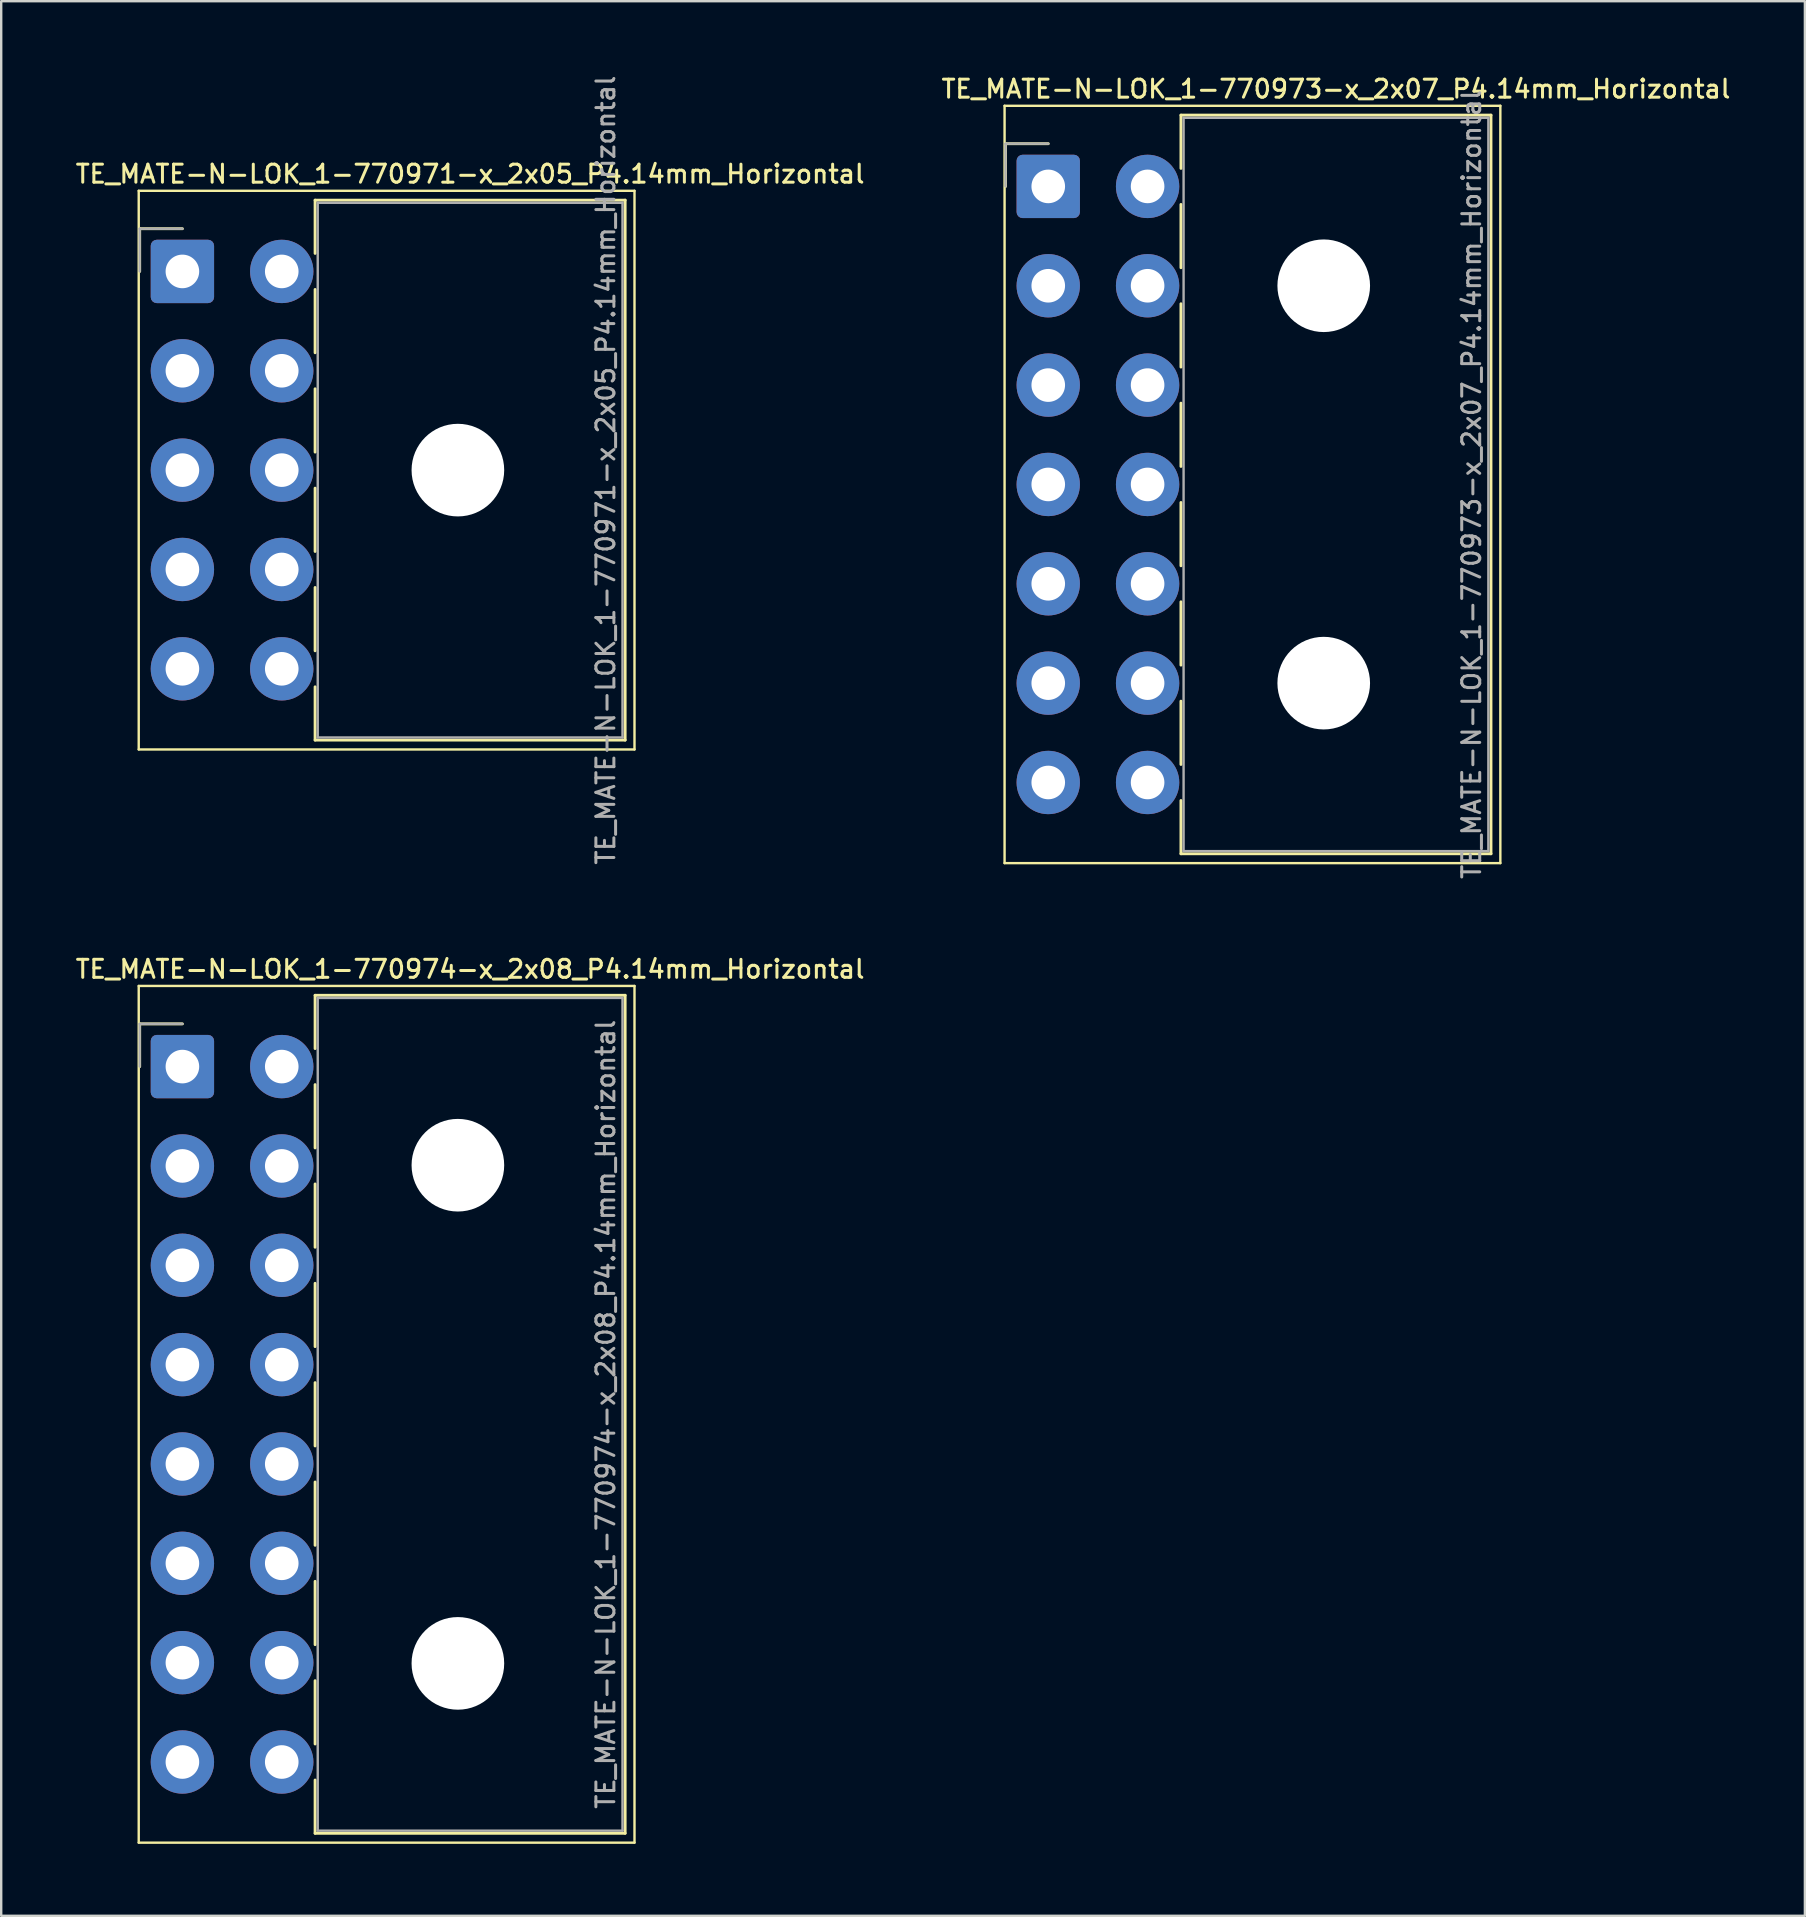
<source format=kicad_pcb>
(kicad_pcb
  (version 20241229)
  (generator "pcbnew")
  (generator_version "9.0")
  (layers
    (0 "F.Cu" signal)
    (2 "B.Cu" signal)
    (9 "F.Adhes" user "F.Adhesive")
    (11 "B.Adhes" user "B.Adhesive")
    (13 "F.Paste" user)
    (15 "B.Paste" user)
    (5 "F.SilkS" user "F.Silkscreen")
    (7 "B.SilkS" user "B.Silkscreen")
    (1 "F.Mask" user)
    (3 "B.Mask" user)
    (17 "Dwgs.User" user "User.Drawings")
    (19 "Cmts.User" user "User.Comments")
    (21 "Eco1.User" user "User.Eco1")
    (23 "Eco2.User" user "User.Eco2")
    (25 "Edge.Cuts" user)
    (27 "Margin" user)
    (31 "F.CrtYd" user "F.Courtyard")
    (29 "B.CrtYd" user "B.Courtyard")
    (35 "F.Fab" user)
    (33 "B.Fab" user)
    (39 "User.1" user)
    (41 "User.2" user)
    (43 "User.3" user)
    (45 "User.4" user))
  (footprint "TE_MATE-N-LOK_1-770971-x_2x05_P4.14mm_Horizontal"
    (layer "F.Cu")
    (at 4.551 8.261)
    (property "Reference" "TE_MATE-N-LOK_1-770971-x_2x05_P4.14mm_Horizontal" (at 11.99 -4.06 0) (layer "F.SilkS") (effects (font (size 0.75 0.75) (thickness 0.125))))
    (attr through_hole)
    (fp_line (start -1.82 -3.36) (end -1.82 19.92) (stroke (width 0.1) (type solid)) (layer "F.SilkS"))
    (fp_line (start -1.82 19.92) (end 18.84 19.92) (stroke (width 0.1) (type solid)) (layer "F.SilkS"))
    (fp_line (start -1.78 -1.78) (end -1.78 0) (stroke (width 0.12) (type solid)) (layer "F.SilkS"))
    (fp_line (start 0 -1.78) (end -1.78 -1.78) (stroke (width 0.12) (type solid)) (layer "F.SilkS"))
    (fp_line (start 5.53 -2.97) (end 18.45 -2.97) (stroke (width 0.12) (type solid)) (layer "F.SilkS"))
    (fp_line (start 5.53 -0.751) (end 5.53 -2.97) (stroke (width 0.12) (type solid)) (layer "F.SilkS"))
    (fp_line (start 5.53 0.751) (end 5.53 3.389) (stroke (width 0.12) (type solid)) (layer "F.SilkS"))
    (fp_line (start 5.53 4.891) (end 5.53 7.529) (stroke (width 0.12) (type solid)) (layer "F.SilkS"))
    (fp_line (start 5.53 9.031) (end 5.53 11.669) (stroke (width 0.12) (type solid)) (layer "F.SilkS"))
    (fp_line (start 5.53 13.171) (end 5.53 15.809) (stroke (width 0.12) (type solid)) (layer "F.SilkS"))
    (fp_line (start 5.53 19.53) (end 5.53 17.311) (stroke (width 0.12) (type solid)) (layer "F.SilkS"))
    (fp_line (start 18.45 -2.97) (end 18.45 19.53) (stroke (width 0.12) (type solid)) (layer "F.SilkS"))
    (fp_line (start 18.45 19.53) (end 5.53 19.53) (stroke (width 0.12) (type solid)) (layer "F.SilkS"))
    (fp_line (start 18.84 -3.36) (end -1.82 -3.36) (stroke (width 0.1) (type solid)) (layer "F.SilkS"))
    (fp_line (start 18.84 19.92) (end 18.84 -3.36) (stroke (width 0.1) (type solid)) (layer "F.SilkS"))
    (fp_line (start -1.78 -1.78) (end -1.78 0) (stroke (width 0.1) (type solid)) (layer "F.Fab"))
    (fp_line (start 0 -1.78) (end -1.78 -1.78) (stroke (width 0.1) (type solid)) (layer "F.Fab"))
    (fp_line (start 5.64 -2.86) (end 5.64 19.42) (stroke (width 0.1) (type solid)) (layer "F.Fab"))
    (fp_line (start 5.64 19.42) (end 18.34 19.42) (stroke (width 0.1) (type solid)) (layer "F.Fab"))
    (fp_line (start 18.34 -2.86) (end 5.64 -2.86) (stroke (width 0.1) (type solid)) (layer "F.Fab"))
    (fp_line (start 18.34 19.42) (end 18.34 -2.86) (stroke (width 0.1) (type solid)) (layer "F.Fab"))
    (fp_text user "${REFERENCE}" (at 17.64 8.28 90) (layer "F.Fab") (effects (font (size 0.75 0.75) (thickness 0.125))))
    (pad "" np_thru_hole circle (at 11.48 8.28) (size 3.86 3.86) (drill 3.86) (layers "*.Cu" "*.Mask"))
    (pad "1" thru_hole roundrect (at 0 0) (size 2.64 2.64) (drill 1.4) (layers "*.Cu" "*.Mask") (roundrect_rratio 0.095))
    (pad "2" thru_hole circle (at 0 4.14) (size 2.64 2.64) (drill 1.4) (layers "*.Cu" "*.Mask"))
    (pad "3" thru_hole circle (at 0 8.28) (size 2.64 2.64) (drill 1.4) (layers "*.Cu" "*.Mask"))
    (pad "4" thru_hole circle (at 0 12.42) (size 2.64 2.64) (drill 1.4) (layers "*.Cu" "*.Mask"))
    (pad "5" thru_hole circle (at 0 16.56) (size 2.64 2.64) (drill 1.4) (layers "*.Cu" "*.Mask"))
    (pad "6" thru_hole circle (at 4.14 0) (size 2.64 2.64) (drill 1.4) (layers "*.Cu" "*.Mask"))
    (pad "7" thru_hole circle (at 4.14 4.14) (size 2.64 2.64) (drill 1.4) (layers "*.Cu" "*.Mask"))
    (pad "8" thru_hole circle (at 4.14 8.28) (size 2.64 2.64) (drill 1.4) (layers "*.Cu" "*.Mask"))
    (pad "9" thru_hole circle (at 4.14 12.42) (size 2.64 2.64) (drill 1.4) (layers "*.Cu" "*.Mask"))
    (pad "10" thru_hole circle (at 4.14 16.56) (size 2.64 2.64) (drill 1.4) (layers "*.Cu" "*.Mask")))
  (footprint "TE_MATE-N-LOK_1-770973-x_2x07_P4.14mm_Horizontal"
    (layer "F.Cu")
    (at 40.633 4.718)
    (property "Reference" "TE_MATE-N-LOK_1-770973-x_2x07_P4.14mm_Horizontal" (at 11.99 -4.06 0) (layer "F.SilkS") (effects (font (size 0.75 0.75) (thickness 0.125))))
    (attr through_hole)
    (fp_line (start -1.82 -3.36) (end -1.82 28.2) (stroke (width 0.1) (type solid)) (layer "F.SilkS"))
    (fp_line (start -1.82 28.2) (end 18.84 28.2) (stroke (width 0.1) (type solid)) (layer "F.SilkS"))
    (fp_line (start -1.78 -1.78) (end -1.78 0) (stroke (width 0.12) (type solid)) (layer "F.SilkS"))
    (fp_line (start 0 -1.78) (end -1.78 -1.78) (stroke (width 0.12) (type solid)) (layer "F.SilkS"))
    (fp_line (start 5.53 -2.97) (end 18.45 -2.97) (stroke (width 0.12) (type solid)) (layer "F.SilkS"))
    (fp_line (start 5.53 -0.751) (end 5.53 -2.97) (stroke (width 0.12) (type solid)) (layer "F.SilkS"))
    (fp_line (start 5.53 0.751) (end 5.53 3.389) (stroke (width 0.12) (type solid)) (layer "F.SilkS"))
    (fp_line (start 5.53 4.891) (end 5.53 7.529) (stroke (width 0.12) (type solid)) (layer "F.SilkS"))
    (fp_line (start 5.53 9.031) (end 5.53 11.669) (stroke (width 0.12) (type solid)) (layer "F.SilkS"))
    (fp_line (start 5.53 13.171) (end 5.53 15.809) (stroke (width 0.12) (type solid)) (layer "F.SilkS"))
    (fp_line (start 5.53 17.311) (end 5.53 19.949) (stroke (width 0.12) (type solid)) (layer "F.SilkS"))
    (fp_line (start 5.53 21.451) (end 5.53 24.089) (stroke (width 0.12) (type solid)) (layer "F.SilkS"))
    (fp_line (start 5.53 27.81) (end 5.53 25.591) (stroke (width 0.12) (type solid)) (layer "F.SilkS"))
    (fp_line (start 18.45 -2.97) (end 18.45 27.81) (stroke (width 0.12) (type solid)) (layer "F.SilkS"))
    (fp_line (start 18.45 27.81) (end 5.53 27.81) (stroke (width 0.12) (type solid)) (layer "F.SilkS"))
    (fp_line (start 18.84 -3.36) (end -1.82 -3.36) (stroke (width 0.1) (type solid)) (layer "F.SilkS"))
    (fp_line (start 18.84 28.2) (end 18.84 -3.36) (stroke (width 0.1) (type solid)) (layer "F.SilkS"))
    (fp_line (start -1.78 -1.78) (end -1.78 0) (stroke (width 0.1) (type solid)) (layer "F.Fab"))
    (fp_line (start 0 -1.78) (end -1.78 -1.78) (stroke (width 0.1) (type solid)) (layer "F.Fab"))
    (fp_line (start 5.64 -2.86) (end 5.64 27.7) (stroke (width 0.1) (type solid)) (layer "F.Fab"))
    (fp_line (start 5.64 27.7) (end 18.34 27.7) (stroke (width 0.1) (type solid)) (layer "F.Fab"))
    (fp_line (start 18.34 -2.86) (end 5.64 -2.86) (stroke (width 0.1) (type solid)) (layer "F.Fab"))
    (fp_line (start 18.34 27.7) (end 18.34 -2.86) (stroke (width 0.1) (type solid)) (layer "F.Fab"))
    (fp_text user "${REFERENCE}" (at 17.64 12.42 90) (layer "F.Fab") (effects (font (size 0.75 0.75) (thickness 0.125))))
    (pad "" np_thru_hole circle (at 11.48 4.14) (size 3.86 3.86) (drill 3.86) (layers "*.Cu" "*.Mask"))
    (pad "" np_thru_hole circle (at 11.48 20.7) (size 3.86 3.86) (drill 3.86) (layers "*.Cu" "*.Mask"))
    (pad "1" thru_hole roundrect (at 0 0) (size 2.64 2.64) (drill 1.4) (layers "*.Cu" "*.Mask") (roundrect_rratio 0.095))
    (pad "2" thru_hole circle (at 0 4.14) (size 2.64 2.64) (drill 1.4) (layers "*.Cu" "*.Mask"))
    (pad "3" thru_hole circle (at 0 8.28) (size 2.64 2.64) (drill 1.4) (layers "*.Cu" "*.Mask"))
    (pad "4" thru_hole circle (at 0 12.42) (size 2.64 2.64) (drill 1.4) (layers "*.Cu" "*.Mask"))
    (pad "5" thru_hole circle (at 0 16.56) (size 2.64 2.64) (drill 1.4) (layers "*.Cu" "*.Mask"))
    (pad "6" thru_hole circle (at 0 20.7) (size 2.64 2.64) (drill 1.4) (layers "*.Cu" "*.Mask"))
    (pad "7" thru_hole circle (at 0 24.84) (size 2.64 2.64) (drill 1.4) (layers "*.Cu" "*.Mask"))
    (pad "8" thru_hole circle (at 4.14 0) (size 2.64 2.64) (drill 1.4) (layers "*.Cu" "*.Mask"))
    (pad "9" thru_hole circle (at 4.14 4.14) (size 2.64 2.64) (drill 1.4) (layers "*.Cu" "*.Mask"))
    (pad "10" thru_hole circle (at 4.14 8.28) (size 2.64 2.64) (drill 1.4) (layers "*.Cu" "*.Mask"))
    (pad "11" thru_hole circle (at 4.14 12.42) (size 2.64 2.64) (drill 1.4) (layers "*.Cu" "*.Mask"))
    (pad "12" thru_hole circle (at 4.14 16.56) (size 2.64 2.64) (drill 1.4) (layers "*.Cu" "*.Mask"))
    (pad "13" thru_hole circle (at 4.14 20.7) (size 2.64 2.64) (drill 1.4) (layers "*.Cu" "*.Mask"))
    (pad "14" thru_hole circle (at 4.14 24.84) (size 2.64 2.64) (drill 1.4) (layers "*.Cu" "*.Mask")))
  (footprint "TE_MATE-N-LOK_1-770974-x_2x08_P4.14mm_Horizontal"
    (layer "F.Cu")
    (at 4.551 41.397)
    (property "Reference" "TE_MATE-N-LOK_1-770974-x_2x08_P4.14mm_Horizontal" (at 11.99 -4.06 0) (layer "F.SilkS") (effects (font (size 0.75 0.75) (thickness 0.125))))
    (attr through_hole)
    (fp_line (start -1.82 -3.36) (end -1.82 32.34) (stroke (width 0.1) (type solid)) (layer "F.SilkS"))
    (fp_line (start -1.82 32.34) (end 18.84 32.34) (stroke (width 0.1) (type solid)) (layer "F.SilkS"))
    (fp_line (start -1.78 -1.78) (end -1.78 0) (stroke (width 0.12) (type solid)) (layer "F.SilkS"))
    (fp_line (start 0 -1.78) (end -1.78 -1.78) (stroke (width 0.12) (type solid)) (layer "F.SilkS"))
    (fp_line (start 5.53 -2.97) (end 18.45 -2.97) (stroke (width 0.12) (type solid)) (layer "F.SilkS"))
    (fp_line (start 5.53 -0.751) (end 5.53 -2.97) (stroke (width 0.12) (type solid)) (layer "F.SilkS"))
    (fp_line (start 5.53 0.751) (end 5.53 3.389) (stroke (width 0.12) (type solid)) (layer "F.SilkS"))
    (fp_line (start 5.53 4.891) (end 5.53 7.529) (stroke (width 0.12) (type solid)) (layer "F.SilkS"))
    (fp_line (start 5.53 9.031) (end 5.53 11.669) (stroke (width 0.12) (type solid)) (layer "F.SilkS"))
    (fp_line (start 5.53 13.171) (end 5.53 15.809) (stroke (width 0.12) (type solid)) (layer "F.SilkS"))
    (fp_line (start 5.53 17.311) (end 5.53 19.949) (stroke (width 0.12) (type solid)) (layer "F.SilkS"))
    (fp_line (start 5.53 21.451) (end 5.53 24.089) (stroke (width 0.12) (type solid)) (layer "F.SilkS"))
    (fp_line (start 5.53 25.591) (end 5.53 28.229) (stroke (width 0.12) (type solid)) (layer "F.SilkS"))
    (fp_line (start 5.53 31.95) (end 5.53 29.731) (stroke (width 0.12) (type solid)) (layer "F.SilkS"))
    (fp_line (start 18.45 -2.97) (end 18.45 31.95) (stroke (width 0.12) (type solid)) (layer "F.SilkS"))
    (fp_line (start 18.45 31.95) (end 5.53 31.95) (stroke (width 0.12) (type solid)) (layer "F.SilkS"))
    (fp_line (start 18.84 -3.36) (end -1.82 -3.36) (stroke (width 0.1) (type solid)) (layer "F.SilkS"))
    (fp_line (start 18.84 32.34) (end 18.84 -3.36) (stroke (width 0.1) (type solid)) (layer "F.SilkS"))
    (fp_line (start -1.78 -1.78) (end -1.78 0) (stroke (width 0.1) (type solid)) (layer "F.Fab"))
    (fp_line (start 0 -1.78) (end -1.78 -1.78) (stroke (width 0.1) (type solid)) (layer "F.Fab"))
    (fp_line (start 5.64 -2.86) (end 5.64 31.84) (stroke (width 0.1) (type solid)) (layer "F.Fab"))
    (fp_line (start 5.64 31.84) (end 18.34 31.84) (stroke (width 0.1) (type solid)) (layer "F.Fab"))
    (fp_line (start 18.34 -2.86) (end 5.64 -2.86) (stroke (width 0.1) (type solid)) (layer "F.Fab"))
    (fp_line (start 18.34 31.84) (end 18.34 -2.86) (stroke (width 0.1) (type solid)) (layer "F.Fab"))
    (fp_text user "${REFERENCE}" (at 17.64 14.49 90) (layer "F.Fab") (effects (font (size 0.75 0.75) (thickness 0.125))))
    (pad "" np_thru_hole circle (at 11.48 4.11) (size 3.86 3.86) (drill 3.86) (layers "*.Cu" "*.Mask"))
    (pad "" np_thru_hole circle (at 11.48 24.87) (size 3.86 3.86) (drill 3.86) (layers "*.Cu" "*.Mask"))
    (pad "1" thru_hole roundrect (at 0 0) (size 2.64 2.64) (drill 1.4) (layers "*.Cu" "*.Mask") (roundrect_rratio 0.095))
    (pad "2" thru_hole circle (at 0 4.14) (size 2.64 2.64) (drill 1.4) (layers "*.Cu" "*.Mask"))
    (pad "3" thru_hole circle (at 0 8.28) (size 2.64 2.64) (drill 1.4) (layers "*.Cu" "*.Mask"))
    (pad "4" thru_hole circle (at 0 12.42) (size 2.64 2.64) (drill 1.4) (layers "*.Cu" "*.Mask"))
    (pad "5" thru_hole circle (at 0 16.56) (size 2.64 2.64) (drill 1.4) (layers "*.Cu" "*.Mask"))
    (pad "6" thru_hole circle (at 0 20.7) (size 2.64 2.64) (drill 1.4) (layers "*.Cu" "*.Mask"))
    (pad "7" thru_hole circle (at 0 24.84) (size 2.64 2.64) (drill 1.4) (layers "*.Cu" "*.Mask"))
    (pad "8" thru_hole circle (at 0 28.98) (size 2.64 2.64) (drill 1.4) (layers "*.Cu" "*.Mask"))
    (pad "9" thru_hole circle (at 4.14 0) (size 2.64 2.64) (drill 1.4) (layers "*.Cu" "*.Mask"))
    (pad "10" thru_hole circle (at 4.14 4.14) (size 2.64 2.64) (drill 1.4) (layers "*.Cu" "*.Mask"))
    (pad "11" thru_hole circle (at 4.14 8.28) (size 2.64 2.64) (drill 1.4) (layers "*.Cu" "*.Mask"))
    (pad "12" thru_hole circle (at 4.14 12.42) (size 2.64 2.64) (drill 1.4) (layers "*.Cu" "*.Mask"))
    (pad "13" thru_hole circle (at 4.14 16.56) (size 2.64 2.64) (drill 1.4) (layers "*.Cu" "*.Mask"))
    (pad "14" thru_hole circle (at 4.14 20.7) (size 2.64 2.64) (drill 1.4) (layers "*.Cu" "*.Mask"))
    (pad "15" thru_hole circle (at 4.14 24.84) (size 2.64 2.64) (drill 1.4) (layers "*.Cu" "*.Mask"))
    (pad "16" thru_hole circle (at 4.14 28.98) (size 2.64 2.64) (drill 1.4) (layers "*.Cu" "*.Mask")))
  (gr_rect
    (start -3 -3)
    (end 72.164 76.787)
    (stroke (width 0.1) (type default))
    (fill no)
    (layer "Edge.Cuts")))
</source>
